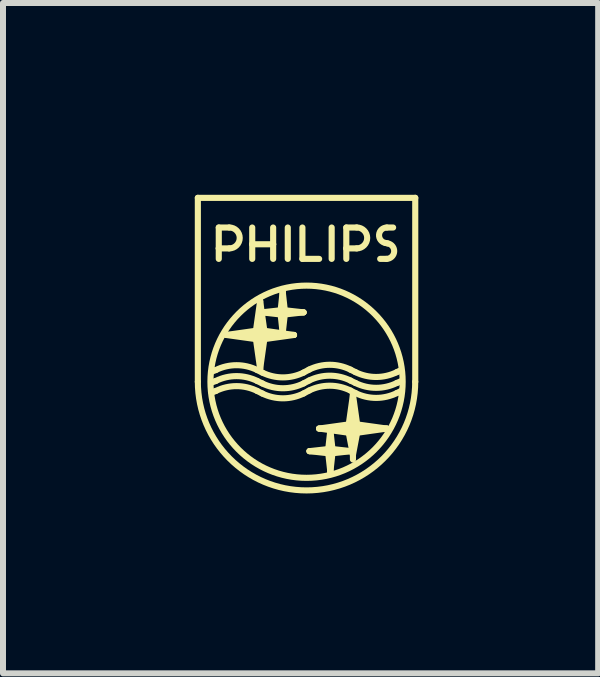
<source format=kicad_pcb>
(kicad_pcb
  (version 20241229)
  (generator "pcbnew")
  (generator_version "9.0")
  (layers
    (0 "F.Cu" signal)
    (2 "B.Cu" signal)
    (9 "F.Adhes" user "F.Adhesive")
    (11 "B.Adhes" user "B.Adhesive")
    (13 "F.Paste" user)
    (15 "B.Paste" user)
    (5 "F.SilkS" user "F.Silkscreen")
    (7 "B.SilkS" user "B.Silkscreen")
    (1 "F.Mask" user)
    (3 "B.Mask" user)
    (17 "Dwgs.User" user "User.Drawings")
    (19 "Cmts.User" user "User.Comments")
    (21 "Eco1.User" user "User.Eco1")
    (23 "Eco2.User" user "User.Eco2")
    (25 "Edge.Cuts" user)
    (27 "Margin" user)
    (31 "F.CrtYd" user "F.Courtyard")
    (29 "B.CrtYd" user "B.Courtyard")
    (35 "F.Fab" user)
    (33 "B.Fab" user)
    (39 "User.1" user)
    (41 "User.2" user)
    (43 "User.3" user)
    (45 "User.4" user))
  (footprint "micro-philips.LOGO5"
    (layer "F.Cu")
    (at 0.25 0.25)
    (property "Reference" "micro-philips.LOGO5" (at 0.1 0 0) (layer "F.SilkS") (effects (font (size 0.01 0.01)) (justify left bottom)))
    (fp_line (start 0 3.067) (end 0 0) (stroke (width 0.102) (type default)) (layer "F.SilkS"))
    (fp_line (start 0.3 2.872) (end 0.23 2.9) (stroke (width 0.102) (type default)) (layer "F.SilkS"))
    (fp_line (start 0.3 3.054) (end 0.23 3.081) (stroke (width 0.102) (type default)) (layer "F.SilkS"))
    (fp_line (start 0.3 3.221) (end 0.23 3.249) (stroke (width 0.102) (type default)) (layer "F.SilkS"))
    (fp_line (start 0.349 0.495) (end 0.349 0.843) (stroke (width 0.102) (type default)) (layer "F.SilkS"))
    (fp_line (start 0.349 0.495) (end 0.524 0.495) (stroke (width 0.102) (type default)) (layer "F.SilkS"))
    (fp_line (start 0.349 0.843) (end 0.349 1.018) (stroke (width 0.102) (type default)) (layer "F.SilkS"))
    (fp_line (start 0.349 0.843) (end 0.524 0.843) (stroke (width 0.102) (type default)) (layer "F.SilkS"))
    (fp_line (start 0.474 2.287) (end 0.969 2.217) (stroke (width 0.102) (type default)) (layer "F.SilkS"))
    (fp_line (start 0.907 0.495) (end 0.907 0.774) (stroke (width 0.102) (type default)) (layer "F.SilkS"))
    (fp_line (start 0.907 0.774) (end 0.907 1.018) (stroke (width 0.102) (type default)) (layer "F.SilkS"))
    (fp_line (start 0.907 0.774) (end 1.256 0.774) (stroke (width 0.102) (type default)) (layer "F.SilkS"))
    (fp_line (start 0.969 2.217) (end 1.039 1.722) (stroke (width 0.102) (type default)) (layer "F.SilkS"))
    (fp_line (start 0.969 2.356) (end 0.474 2.287) (stroke (width 0.102) (type default)) (layer "F.SilkS"))
    (fp_line (start 0.99 2.872) (end 1.074 2.914) (stroke (width 0.102) (type default)) (layer "F.SilkS"))
    (fp_line (start 0.99 3.054) (end 1.074 3.095) (stroke (width 0.102) (type default)) (layer "F.SilkS"))
    (fp_line (start 0.99 3.221) (end 1.074 3.263) (stroke (width 0.102) (type default)) (layer "F.SilkS"))
    (fp_line (start 1.039 1.722) (end 1.039 2.342) (stroke (width 0.102) (type default)) (layer "F.SilkS"))
    (fp_line (start 1.039 1.722) (end 1.109 2.217) (stroke (width 0.102) (type default)) (layer "F.SilkS"))
    (fp_line (start 1.039 2.342) (end 1.039 2.37) (stroke (width 0.102) (type default)) (layer "F.SilkS"))
    (fp_line (start 1.039 2.342) (end 1.039 2.851) (stroke (width 0.102) (type default)) (layer "F.SilkS"))
    (fp_line (start 1.039 2.851) (end 0.969 2.356) (stroke (width 0.102) (type default)) (layer "F.SilkS"))
    (fp_line (start 1.067 1.91) (end 1.381 1.875) (stroke (width 0.102) (type default)) (layer "F.SilkS"))
    (fp_line (start 1.067 1.91) (end 1.764 1.91) (stroke (width 0.102) (type default)) (layer "F.SilkS"))
    (fp_line (start 1.109 2.217) (end 1.604 2.287) (stroke (width 0.102) (type default)) (layer "F.SilkS"))
    (fp_line (start 1.109 2.356) (end 1.039 2.851) (stroke (width 0.102) (type default)) (layer "F.SilkS"))
    (fp_line (start 1.256 0.495) (end 1.256 0.774) (stroke (width 0.102) (type default)) (layer "F.SilkS"))
    (fp_line (start 1.256 0.774) (end 1.256 1.018) (stroke (width 0.102) (type default)) (layer "F.SilkS"))
    (fp_line (start 1.381 1.875) (end 1.415 1.561) (stroke (width 0.102) (type default)) (layer "F.SilkS"))
    (fp_line (start 1.381 1.945) (end 1.067 1.91) (stroke (width 0.102) (type default)) (layer "F.SilkS"))
    (fp_line (start 1.415 1.561) (end 1.415 2.259) (stroke (width 0.102) (type default)) (layer "F.SilkS"))
    (fp_line (start 1.415 1.561) (end 1.45 1.875) (stroke (width 0.102) (type default)) (layer "F.SilkS"))
    (fp_line (start 1.415 2.259) (end 1.381 1.945) (stroke (width 0.102) (type default)) (layer "F.SilkS"))
    (fp_line (start 1.45 1.875) (end 1.764 1.91) (stroke (width 0.102) (type default)) (layer "F.SilkS"))
    (fp_line (start 1.45 1.945) (end 1.415 2.259) (stroke (width 0.102) (type default)) (layer "F.SilkS"))
    (fp_line (start 1.5 0.495) (end 1.5 1.018) (stroke (width 0.102) (type default)) (layer "F.SilkS"))
    (fp_line (start 1.604 2.287) (end 0.474 2.287) (stroke (width 0.102) (type default)) (layer "F.SilkS"))
    (fp_line (start 1.604 2.287) (end 1.109 2.356) (stroke (width 0.102) (type default)) (layer "F.SilkS"))
    (fp_line (start 1.744 0.495) (end 1.744 1.018) (stroke (width 0.102) (type default)) (layer "F.SilkS"))
    (fp_line (start 1.744 1.018) (end 2.023 1.018) (stroke (width 0.102) (type default)) (layer "F.SilkS"))
    (fp_line (start 1.764 1.91) (end 1.45 1.945) (stroke (width 0.102) (type default)) (layer "F.SilkS"))
    (fp_line (start 1.855 2.865) (end 1.764 2.914) (stroke (width 0.102) (type default)) (layer "F.SilkS"))
    (fp_line (start 1.855 3.047) (end 1.764 3.095) (stroke (width 0.102) (type default)) (layer "F.SilkS"))
    (fp_line (start 1.855 3.214) (end 1.764 3.263) (stroke (width 0.102) (type default)) (layer "F.SilkS"))
    (fp_line (start 1.862 4.225) (end 2.175 4.19) (stroke (width 0.102) (type default)) (layer "F.SilkS"))
    (fp_line (start 2.022 3.848) (end 2.517 3.779) (stroke (width 0.102) (type default)) (layer "F.SilkS"))
    (fp_line (start 2.022 3.848) (end 3.152 3.848) (stroke (width 0.102) (type default)) (layer "F.SilkS"))
    (fp_line (start 2.175 4.19) (end 2.21 3.876) (stroke (width 0.102) (type default)) (layer "F.SilkS"))
    (fp_line (start 2.175 4.26) (end 1.862 4.225) (stroke (width 0.102) (type default)) (layer "F.SilkS"))
    (fp_line (start 2.21 3.876) (end 2.245 4.19) (stroke (width 0.102) (type default)) (layer "F.SilkS"))
    (fp_line (start 2.21 4.569) (end 2.21 3.876) (stroke (width 0.102) (type default)) (layer "F.SilkS"))
    (fp_line (start 2.21 4.573) (end 2.175 4.26) (stroke (width 0.102) (type default)) (layer "F.SilkS"))
    (fp_line (start 2.232 0.495) (end 2.232 1.018) (stroke (width 0.102) (type default)) (layer "F.SilkS"))
    (fp_line (start 2.245 4.19) (end 2.559 4.225) (stroke (width 0.102) (type default)) (layer "F.SilkS"))
    (fp_line (start 2.245 4.26) (end 2.21 4.573) (stroke (width 0.102) (type default)) (layer "F.SilkS"))
    (fp_line (start 2.476 0.495) (end 2.476 0.843) (stroke (width 0.102) (type default)) (layer "F.SilkS"))
    (fp_line (start 2.476 0.495) (end 2.65 0.495) (stroke (width 0.102) (type default)) (layer "F.SilkS"))
    (fp_line (start 2.476 0.843) (end 2.476 1.018) (stroke (width 0.102) (type default)) (layer "F.SilkS"))
    (fp_line (start 2.476 0.843) (end 2.65 0.843) (stroke (width 0.102) (type default)) (layer "F.SilkS"))
    (fp_line (start 2.517 3.779) (end 2.587 3.284) (stroke (width 0.102) (type default)) (layer "F.SilkS"))
    (fp_line (start 2.517 3.918) (end 2.022 3.848) (stroke (width 0.102) (type default)) (layer "F.SilkS"))
    (fp_line (start 2.545 2.865) (end 2.629 2.907) (stroke (width 0.102) (type default)) (layer "F.SilkS"))
    (fp_line (start 2.545 3.047) (end 2.629 3.088) (stroke (width 0.102) (type default)) (layer "F.SilkS"))
    (fp_line (start 2.545 3.214) (end 2.629 3.256) (stroke (width 0.102) (type default)) (layer "F.SilkS"))
    (fp_line (start 2.559 4.225) (end 1.862 4.225) (stroke (width 0.102) (type default)) (layer "F.SilkS"))
    (fp_line (start 2.559 4.225) (end 2.245 4.26) (stroke (width 0.102) (type default)) (layer "F.SilkS"))
    (fp_line (start 2.587 3.284) (end 2.657 3.779) (stroke (width 0.102) (type default)) (layer "F.SilkS"))
    (fp_line (start 2.587 3.793) (end 2.587 3.284) (stroke (width 0.102) (type default)) (layer "F.SilkS"))
    (fp_line (start 2.587 3.793) (end 2.587 3.765) (stroke (width 0.102) (type default)) (layer "F.SilkS"))
    (fp_line (start 2.587 4.286) (end 2.517 3.918) (stroke (width 0.102) (type default)) (layer "F.SilkS"))
    (fp_line (start 2.587 4.286) (end 2.587 3.793) (stroke (width 0.102) (type default)) (layer "F.SilkS"))
    (fp_line (start 2.587 4.364) (end 2.587 4.286) (stroke (width 0.102) (type default)) (layer "F.SilkS"))
    (fp_line (start 2.657 3.779) (end 3.152 3.848) (stroke (width 0.102) (type default)) (layer "F.SilkS"))
    (fp_line (start 2.657 3.918) (end 2.587 4.286) (stroke (width 0.102) (type default)) (layer "F.SilkS"))
    (fp_line (start 3.041 1.018) (end 3.145 1.018) (stroke (width 0.102) (type default)) (layer "F.SilkS"))
    (fp_line (start 3.131 0.753) (end 3.166 0.76) (stroke (width 0.102) (type default)) (layer "F.SilkS"))
    (fp_line (start 3.152 0.495) (end 3.257 0.495) (stroke (width 0.102) (type default)) (layer "F.SilkS"))
    (fp_line (start 3.152 3.848) (end 2.657 3.918) (stroke (width 0.102) (type default)) (layer "F.SilkS"))
    (fp_line (start 3.319 2.907) (end 3.375 2.879) (stroke (width 0.102) (type default)) (layer "F.SilkS"))
    (fp_line (start 3.319 3.088) (end 3.396 3.054) (stroke (width 0.102) (type default)) (layer "F.SilkS"))
    (fp_line (start 3.319 3.256) (end 3.403 3.214) (stroke (width 0.102) (type default)) (layer "F.SilkS"))
    (fp_line (start 3.626 0) (end 0 0) (stroke (width 0.102) (type default)) (layer "F.SilkS"))
    (fp_line (start 3.626 3.067) (end 3.626 0) (stroke (width 0.102) (type default)) (layer "F.SilkS"))
    (fp_arc (start 0.3 2.872) (mid 0.64515 2.791243) (end 0.9903 2.872) (stroke (width 0.1016) (type default)) (layer "F.SilkS"))
    (fp_arc (start 0.3 3.054) (mid 0.64515 2.973243) (end 0.9903 3.054) (stroke (width 0.1016) (type default)) (layer "F.SilkS"))
    (fp_arc (start 0.3 3.221) (mid 0.64515 3.140243) (end 0.9903 3.221) (stroke (width 0.1016) (type default)) (layer "F.SilkS"))
    (fp_arc (start 0.524 0.4942) (mid 0.6984 0.6686) (end 0.524 0.843) (stroke (width 0.1016) (type default)) (layer "F.SilkS"))
    (fp_arc (start 1.7643 2.914) (mid 1.41915 2.994757) (end 1.074 2.914) (stroke (width 0.1016) (type default)) (layer "F.SilkS"))
    (fp_arc (start 1.7643 3.095) (mid 1.41915 3.175746) (end 1.074 3.095) (stroke (width 0.1016) (type default)) (layer "F.SilkS"))
    (fp_arc (start 1.7643 3.263) (mid 1.41915 3.343746) (end 1.074 3.263) (stroke (width 0.1016) (type default)) (layer "F.SilkS"))
    (fp_arc (start 1.855 2.865) (mid 2.20015 2.784243) (end 2.5453 2.865) (stroke (width 0.1016) (type default)) (layer "F.SilkS"))
    (fp_arc (start 1.855 3.047) (mid 2.20015 2.966243) (end 2.5453 3.047) (stroke (width 0.1016) (type default)) (layer "F.SilkS"))
    (fp_arc (start 1.855 3.214) (mid 2.20015 3.133243) (end 2.5453 3.214) (stroke (width 0.1016) (type default)) (layer "F.SilkS"))
    (fp_arc (start 2.65 0.4942) (mid 2.8244 0.6686) (end 2.65 0.843) (stroke (width 0.1016) (type default)) (layer "F.SilkS"))
    (fp_arc (start 3.1311 0.7529) (mid 3.022627 0.614313) (end 3.152 0.495) (stroke (width 0.1016) (type default)) (layer "F.SilkS"))
    (fp_arc (start 3.1659 0.7599) (mid 3.274472 0.898588) (end 3.145 1.018) (stroke (width 0.1016) (type default)) (layer "F.SilkS"))
    (fp_arc (start 3.3193 2.907) (mid 2.97415 2.987746) (end 2.629 2.907) (stroke (width 0.1016) (type default)) (layer "F.SilkS"))
    (fp_arc (start 3.3193 3.088) (mid 2.97415 3.168746) (end 2.629 3.088) (stroke (width 0.1016) (type default)) (layer "F.SilkS"))
    (fp_arc (start 3.3193 3.256) (mid 2.97415 3.336746) (end 2.629 3.256) (stroke (width 0.1016) (type default)) (layer "F.SilkS"))
    (fp_arc (start 3.6256 3.067) (mid 1.8128 4.8798) (end 0 3.067) (stroke (width 0.1016) (type default)) (layer "F.SilkS"))
    (fp_circle (center 1.813 3.067) (end 3.416 3.067) (stroke (width 0.102) (type default)) (fill no) (layer "F.SilkS")))
  (gr_rect
    (start -3 -3)
    (end 6.927 8.181)
    (stroke (width 0.1) (type default))
    (fill no)
    (layer "Edge.Cuts")))
</source>
